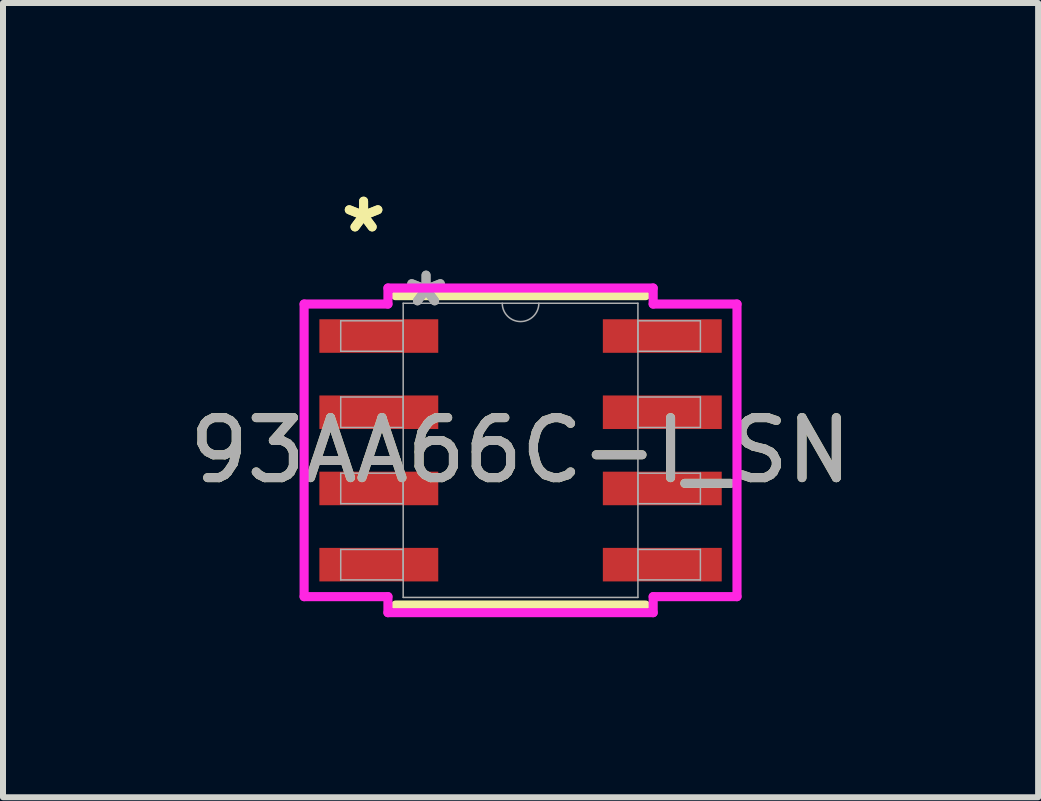
<source format=kicad_pcb>
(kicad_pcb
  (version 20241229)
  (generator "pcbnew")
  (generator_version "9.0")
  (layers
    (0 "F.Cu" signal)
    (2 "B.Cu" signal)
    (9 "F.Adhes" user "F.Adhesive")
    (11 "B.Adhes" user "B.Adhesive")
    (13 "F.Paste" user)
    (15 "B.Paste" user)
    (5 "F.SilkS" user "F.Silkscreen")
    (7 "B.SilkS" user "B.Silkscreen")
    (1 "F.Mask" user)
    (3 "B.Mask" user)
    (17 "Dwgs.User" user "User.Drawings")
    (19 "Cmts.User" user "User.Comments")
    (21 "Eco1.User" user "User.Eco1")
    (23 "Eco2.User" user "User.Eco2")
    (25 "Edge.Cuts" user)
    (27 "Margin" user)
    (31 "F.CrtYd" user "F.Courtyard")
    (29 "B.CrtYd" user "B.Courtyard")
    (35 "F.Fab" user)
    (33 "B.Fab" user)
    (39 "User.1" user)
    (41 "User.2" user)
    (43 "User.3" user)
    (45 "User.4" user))
  (footprint "93AA66C-I_SN"
    (layer "F.Cu")
    (at 5.625 4.455)
    (property "Reference" "93AA66C-I_SN" (at 0 0 0) (unlocked yes) (layer "F.SilkS") (effects (font (size 1 1) (thickness 0.15))))
    (attr smd)
    (fp_line (start -2.083 2.578) (end 2.083 2.578) (stroke (width 0.152) (type solid)) (layer "F.SilkS"))
    (fp_line (start 2.083 -2.578) (end -2.083 -2.578) (stroke (width 0.152) (type solid)) (layer "F.SilkS"))
    (fp_line (start -3.607 -2.438) (end -2.21 -2.438) (stroke (width 0.152) (type solid)) (layer "F.CrtYd"))
    (fp_line (start -3.607 2.438) (end -3.607 -2.438) (stroke (width 0.152) (type solid)) (layer "F.CrtYd"))
    (fp_line (start -3.607 2.438) (end -2.21 2.438) (stroke (width 0.152) (type solid)) (layer "F.CrtYd"))
    (fp_line (start -2.21 -2.705) (end 2.21 -2.705) (stroke (width 0.152) (type solid)) (layer "F.CrtYd"))
    (fp_line (start -2.21 -2.438) (end -2.21 -2.705) (stroke (width 0.152) (type solid)) (layer "F.CrtYd"))
    (fp_line (start -2.21 2.705) (end -2.21 2.438) (stroke (width 0.152) (type solid)) (layer "F.CrtYd"))
    (fp_line (start 2.21 -2.705) (end 2.21 -2.438) (stroke (width 0.152) (type solid)) (layer "F.CrtYd"))
    (fp_line (start 2.21 2.438) (end 2.21 2.705) (stroke (width 0.152) (type solid)) (layer "F.CrtYd"))
    (fp_line (start 2.21 2.705) (end -2.21 2.705) (stroke (width 0.152) (type solid)) (layer "F.CrtYd"))
    (fp_line (start 3.607 -2.438) (end 2.21 -2.438) (stroke (width 0.152) (type solid)) (layer "F.CrtYd"))
    (fp_line (start 3.607 -2.438) (end 3.607 2.438) (stroke (width 0.152) (type solid)) (layer "F.CrtYd"))
    (fp_line (start 3.607 2.438) (end 2.21 2.438) (stroke (width 0.152) (type solid)) (layer "F.CrtYd"))
    (fp_line (start -2.997 -2.159) (end -2.997 -1.651) (stroke (width 0.025) (type solid)) (layer "F.Fab"))
    (fp_line (start -2.997 -1.651) (end -1.956 -1.651) (stroke (width 0.025) (type solid)) (layer "F.Fab"))
    (fp_line (start -2.997 -0.889) (end -2.997 -0.381) (stroke (width 0.025) (type solid)) (layer "F.Fab"))
    (fp_line (start -2.997 -0.381) (end -1.956 -0.381) (stroke (width 0.025) (type solid)) (layer "F.Fab"))
    (fp_line (start -2.997 0.381) (end -2.997 0.889) (stroke (width 0.025) (type solid)) (layer "F.Fab"))
    (fp_line (start -2.997 0.889) (end -1.956 0.889) (stroke (width 0.025) (type solid)) (layer "F.Fab"))
    (fp_line (start -2.997 1.651) (end -2.997 2.159) (stroke (width 0.025) (type solid)) (layer "F.Fab"))
    (fp_line (start -2.997 2.159) (end -1.956 2.159) (stroke (width 0.025) (type solid)) (layer "F.Fab"))
    (fp_line (start -1.956 -2.451) (end -1.956 2.451) (stroke (width 0.025) (type solid)) (layer "F.Fab"))
    (fp_line (start -1.956 -2.159) (end -2.997 -2.159) (stroke (width 0.025) (type solid)) (layer "F.Fab"))
    (fp_line (start -1.956 -1.651) (end -1.956 -2.159) (stroke (width 0.025) (type solid)) (layer "F.Fab"))
    (fp_line (start -1.956 -0.889) (end -2.997 -0.889) (stroke (width 0.025) (type solid)) (layer "F.Fab"))
    (fp_line (start -1.956 -0.381) (end -1.956 -0.889) (stroke (width 0.025) (type solid)) (layer "F.Fab"))
    (fp_line (start -1.956 0.381) (end -2.997 0.381) (stroke (width 0.025) (type solid)) (layer "F.Fab"))
    (fp_line (start -1.956 0.889) (end -1.956 0.381) (stroke (width 0.025) (type solid)) (layer "F.Fab"))
    (fp_line (start -1.956 1.651) (end -2.997 1.651) (stroke (width 0.025) (type solid)) (layer "F.Fab"))
    (fp_line (start -1.956 2.159) (end -1.956 1.651) (stroke (width 0.025) (type solid)) (layer "F.Fab"))
    (fp_line (start -1.956 2.451) (end 1.956 2.451) (stroke (width 0.025) (type solid)) (layer "F.Fab"))
    (fp_line (start 1.956 -2.451) (end -1.956 -2.451) (stroke (width 0.025) (type solid)) (layer "F.Fab"))
    (fp_line (start 1.956 -2.159) (end 1.956 -1.651) (stroke (width 0.025) (type solid)) (layer "F.Fab"))
    (fp_line (start 1.956 -1.651) (end 2.997 -1.651) (stroke (width 0.025) (type solid)) (layer "F.Fab"))
    (fp_line (start 1.956 -0.889) (end 1.956 -0.381) (stroke (width 0.025) (type solid)) (layer "F.Fab"))
    (fp_line (start 1.956 -0.381) (end 2.997 -0.381) (stroke (width 0.025) (type solid)) (layer "F.Fab"))
    (fp_line (start 1.956 0.381) (end 1.956 0.889) (stroke (width 0.025) (type solid)) (layer "F.Fab"))
    (fp_line (start 1.956 0.889) (end 2.997 0.889) (stroke (width 0.025) (type solid)) (layer "F.Fab"))
    (fp_line (start 1.956 1.651) (end 1.956 2.159) (stroke (width 0.025) (type solid)) (layer "F.Fab"))
    (fp_line (start 1.956 2.159) (end 2.997 2.159) (stroke (width 0.025) (type solid)) (layer "F.Fab"))
    (fp_line (start 1.956 2.451) (end 1.956 -2.451) (stroke (width 0.025) (type solid)) (layer "F.Fab"))
    (fp_line (start 2.997 -2.159) (end 1.956 -2.159) (stroke (width 0.025) (type solid)) (layer "F.Fab"))
    (fp_line (start 2.997 -1.651) (end 2.997 -2.159) (stroke (width 0.025) (type solid)) (layer "F.Fab"))
    (fp_line (start 2.997 -0.889) (end 1.956 -0.889) (stroke (width 0.025) (type solid)) (layer "F.Fab"))
    (fp_line (start 2.997 -0.381) (end 2.997 -0.889) (stroke (width 0.025) (type solid)) (layer "F.Fab"))
    (fp_line (start 2.997 0.381) (end 1.956 0.381) (stroke (width 0.025) (type solid)) (layer "F.Fab"))
    (fp_line (start 2.997 0.889) (end 2.997 0.381) (stroke (width 0.025) (type solid)) (layer "F.Fab"))
    (fp_line (start 2.997 1.651) (end 1.956 1.651) (stroke (width 0.025) (type solid)) (layer "F.Fab"))
    (fp_line (start 2.997 2.159) (end 2.997 1.651) (stroke (width 0.025) (type solid)) (layer "F.Fab"))
    (fp_arc (start 0.3048 -2.4511) (mid 0 -2.1463) (end -0.3048 -2.4511) (stroke (width 0.0254) (type solid)) (layer "F.Fab"))
    (fp_text user "*" (at -2.616 -3.607 0) (layer "F.SilkS") (effects (font (size 1 1) (thickness 0.15))))
    (fp_text user "*" (at -2.616 -3.607 0) (unlocked yes) (layer "F.SilkS") (effects (font (size 1 1) (thickness 0.15))))
    (fp_text user "*" (at -1.575 -2.375 0) (layer "F.Fab") (effects (font (size 1 1) (thickness 0.15))))
    (fp_text user "${REFERENCE}" (at 0 0 0) (unlocked yes) (layer "F.Fab") (effects (font (size 1 1) (thickness 0.15))))
    (fp_text user "*" (at -1.575 -2.375 0) (unlocked yes) (layer "F.Fab") (effects (font (size 1 1) (thickness 0.15))))
    (pad "1" smd rect (at -2.362 -1.905) (size 1.981 0.559) (layers "F.Cu" "F.Mask" "F.Paste"))
    (pad "2" smd rect (at -2.362 -0.635) (size 1.981 0.559) (layers "F.Cu" "F.Mask" "F.Paste"))
    (pad "3" smd rect (at -2.362 0.635) (size 1.981 0.559) (layers "F.Cu" "F.Mask" "F.Paste"))
    (pad "4" smd rect (at -2.362 1.905) (size 1.981 0.559) (layers "F.Cu" "F.Mask" "F.Paste"))
    (pad "5" smd rect (at 2.362 1.905) (size 1.981 0.559) (layers "F.Cu" "F.Mask" "F.Paste"))
    (pad "6" smd rect (at 2.362 0.635) (size 1.981 0.559) (layers "F.Cu" "F.Mask" "F.Paste"))
    (pad "7" smd rect (at 2.362 -0.635) (size 1.981 0.559) (layers "F.Cu" "F.Mask" "F.Paste"))
    (pad "8" smd rect (at 2.362 -1.905) (size 1.981 0.559) (layers "F.Cu" "F.Mask" "F.Paste")))
  (gr_rect
    (start -3 -3)
    (end 14.25 10.236)
    (stroke (width 0.1) (type default))
    (fill no)
    (layer "Edge.Cuts")))
</source>
